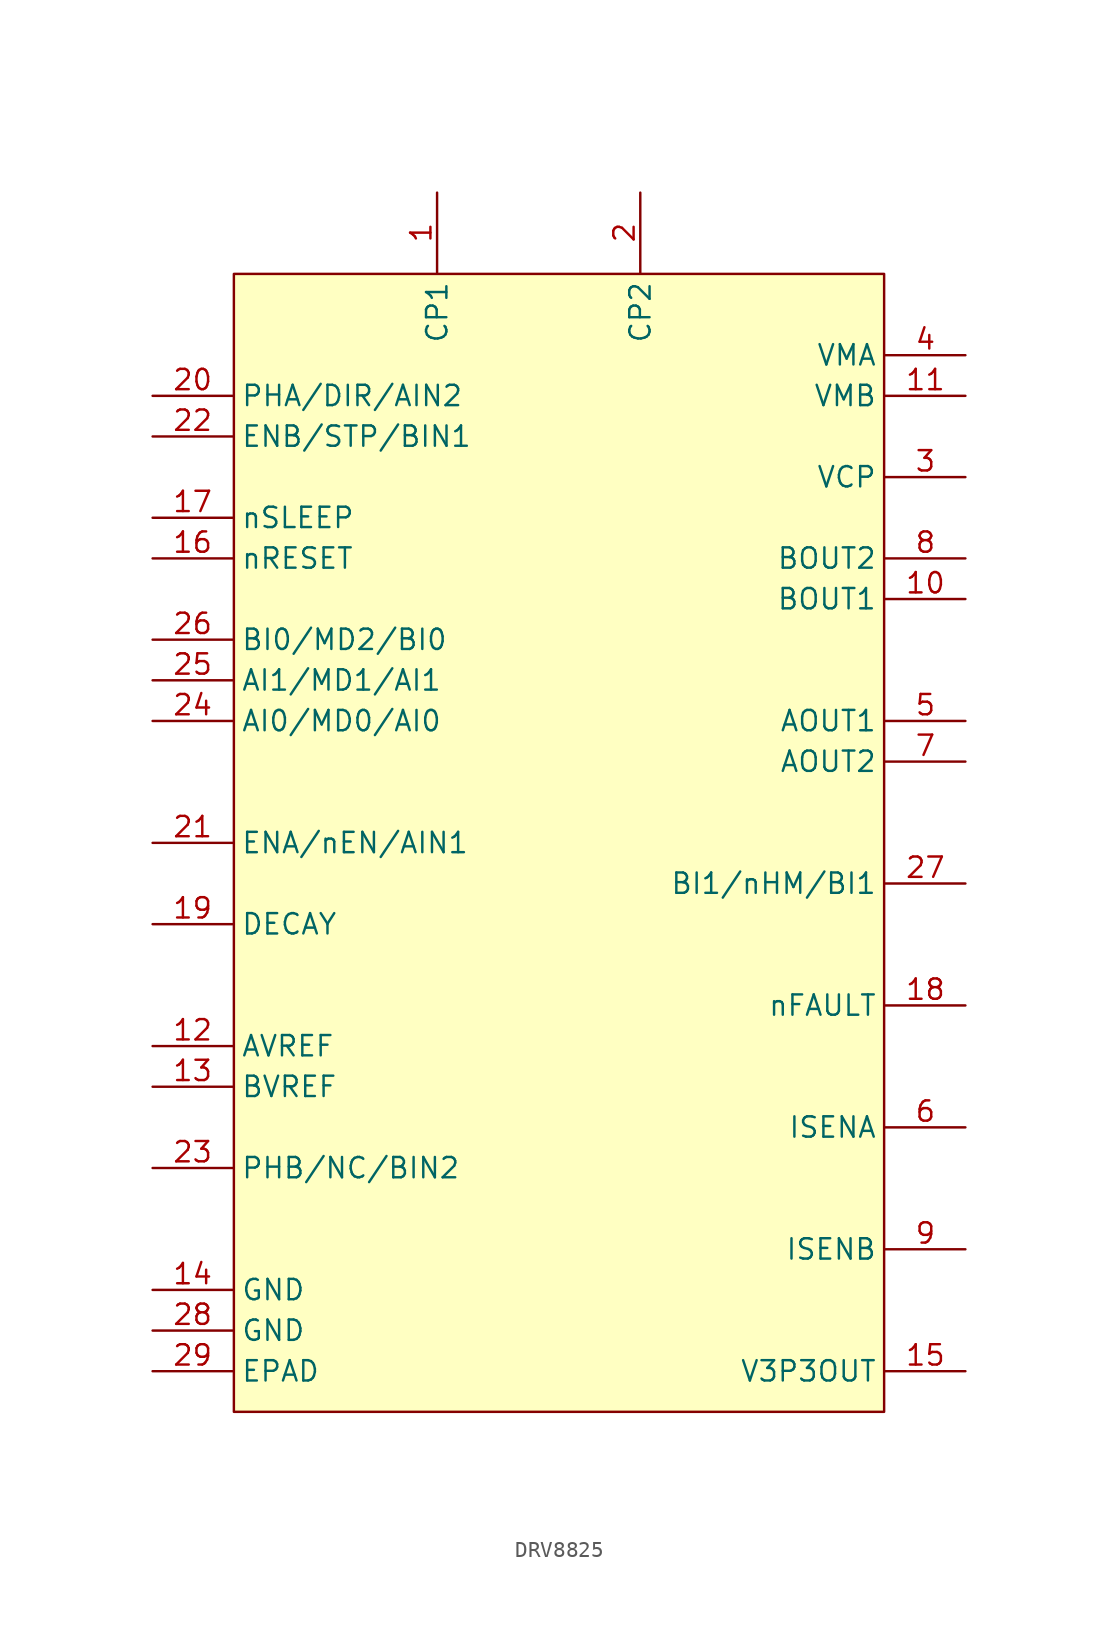
<source format=kicad_sym>
(kicad_symbol_lib
  (version 20241209)
  (generator "kicad_symbol_editor")
  (generator_version "9.0")
  (symbol "DRV8825"
    (property "Reference" "U"
      (at 0 5.08 0)
      (effects (font (size 1.27 1.27)) (hide yes)))
    (symbol "DRV8825_1_1"
      (rectangle (start -20.32 20.32) (end 20.32 -50.8) (stroke (width 0) (type solid)) (fill (type background)))
      (pin input line (at -25.4 12.7 0) (length 5) (name "PHA/DIR/AIN2" (effects (font (size 1.27 1.27)))) (number "20" (effects (font (size 1.27 1.27)))))
      (pin input line (at -25.4 10.16 0) (length 5) (name "ENB/STP/BIN1" (effects (font (size 1.27 1.27)))) (number "22" (effects (font (size 1.27 1.27)))))
      (pin input line (at -25.4 5.08 0) (length 5) (name "nSLEEP" (effects (font (size 1.27 1.27)))) (number "17" (effects (font (size 1.27 1.27)))))
      (pin input line (at -25.4 2.54 0) (length 5) (name "nRESET" (effects (font (size 1.27 1.27)))) (number "16" (effects (font (size 1.27 1.27)))))
      (pin input line (at -25.4 -2.54 0) (length 5) (name "BI0/MD2/BI0" (effects (font (size 1.27 1.27)))) (number "26" (effects (font (size 1.27 1.27)))))
      (pin input line (at -25.4 -5.08 0) (length 5) (name "AI1/MD1/AI1" (effects (font (size 1.27 1.27)))) (number "25" (effects (font (size 1.27 1.27)))))
      (pin input line (at -25.4 -7.62 0) (length 5) (name "AI0/MD0/AI0" (effects (font (size 1.27 1.27)))) (number "24" (effects (font (size 1.27 1.27)))))
      (pin input line (at -25.4 -15.24 0) (length 5) (name "ENA/nEN/AIN1" (effects (font (size 1.27 1.27)))) (number "21" (effects (font (size 1.27 1.27)))))
      (pin input line (at -25.4 -20.32 0) (length 5) (name "DECAY" (effects (font (size 1.27 1.27)))) (number "19" (effects (font (size 1.27 1.27)))))
      (pin input line (at -25.4 -27.94 0) (length 5) (name "AVREF" (effects (font (size 1.27 1.27)))) (number "12" (effects (font (size 1.27 1.27)))))
      (pin input line (at -25.4 -30.48 0) (length 5) (name "BVREF" (effects (font (size 1.27 1.27)))) (number "13" (effects (font (size 1.27 1.27)))))
      (pin input line (at -25.4 -35.56 0) (length 5) (name "PHB/NC/BIN2" (effects (font (size 1.27 1.27)))) (number "23" (effects (font (size 1.27 1.27)))))
      (pin input line (at -25.4 -43.18 0) (length 5) (name "GND" (effects (font (size 1.27 1.27)))) (number "14" (effects (font (size 1.27 1.27)))))
      (pin input line (at -25.4 -45.72 0) (length 5) (name "GND" (effects (font (size 1.27 1.27)))) (number "28" (effects (font (size 1.27 1.27)))))
      (pin input line (at -25.4 -48.26 0) (length 5) (name "EPAD" (effects (font (size 1.27 1.27)))) (number "29" (effects (font (size 1.27 1.27)))))
      (pin input line (at -7.62 25.4 270) (length 5) (name "CP1" (effects (font (size 1.27 1.27)))) (number "1" (effects (font (size 1.27 1.27)))))
      (pin input line (at 5.08 25.4 270) (length 5) (name "CP2" (effects (font (size 1.27 1.27)))) (number "2" (effects (font (size 1.27 1.27)))))
      (pin input line (at 25.4 15.24 180) (length 5) (name "VMA" (effects (font (size 1.27 1.27)))) (number "4" (effects (font (size 1.27 1.27)))))
      (pin input line (at 25.4 12.7 180) (length 5) (name "VMB" (effects (font (size 1.27 1.27)))) (number "11" (effects (font (size 1.27 1.27)))))
      (pin input line (at 25.4 7.62 180) (length 5) (name "VCP" (effects (font (size 1.27 1.27)))) (number "3" (effects (font (size 1.27 1.27)))))
      (pin input line (at 25.4 2.54 180) (length 5) (name "BOUT2" (effects (font (size 1.27 1.27)))) (number "8" (effects (font (size 1.27 1.27)))))
      (pin input line (at 25.4 0 180) (length 5) (name "BOUT1" (effects (font (size 1.27 1.27)))) (number "10" (effects (font (size 1.27 1.27)))))
      (pin input line (at 25.4 -7.62 180) (length 5) (name "AOUT1" (effects (font (size 1.27 1.27)))) (number "5" (effects (font (size 1.27 1.27)))))
      (pin input line (at 25.4 -10.16 180) (length 5) (name "AOUT2" (effects (font (size 1.27 1.27)))) (number "7" (effects (font (size 1.27 1.27)))))
      (pin input line (at 25.4 -17.78 180) (length 5) (name "BI1/nHM/BI1" (effects (font (size 1.27 1.27)))) (number "27" (effects (font (size 1.27 1.27)))))
      (pin input line (at 25.4 -25.4 180) (length 5) (name "nFAULT" (effects (font (size 1.27 1.27)))) (number "18" (effects (font (size 1.27 1.27)))))
      (pin input line (at 25.4 -33.02 180) (length 5) (name "ISENA" (effects (font (size 1.27 1.27)))) (number "6" (effects (font (size 1.27 1.27)))))
      (pin input line (at 25.4 -40.64 180) (length 5) (name "ISENB" (effects (font (size 1.27 1.27)))) (number "9" (effects (font (size 1.27 1.27)))))
      (pin input line (at 25.4 -48.26 180) (length 5) (name "V3P3OUT" (effects (font (size 1.27 1.27)))) (number "15" (effects (font (size 1.27 1.27))))))))
</source>
